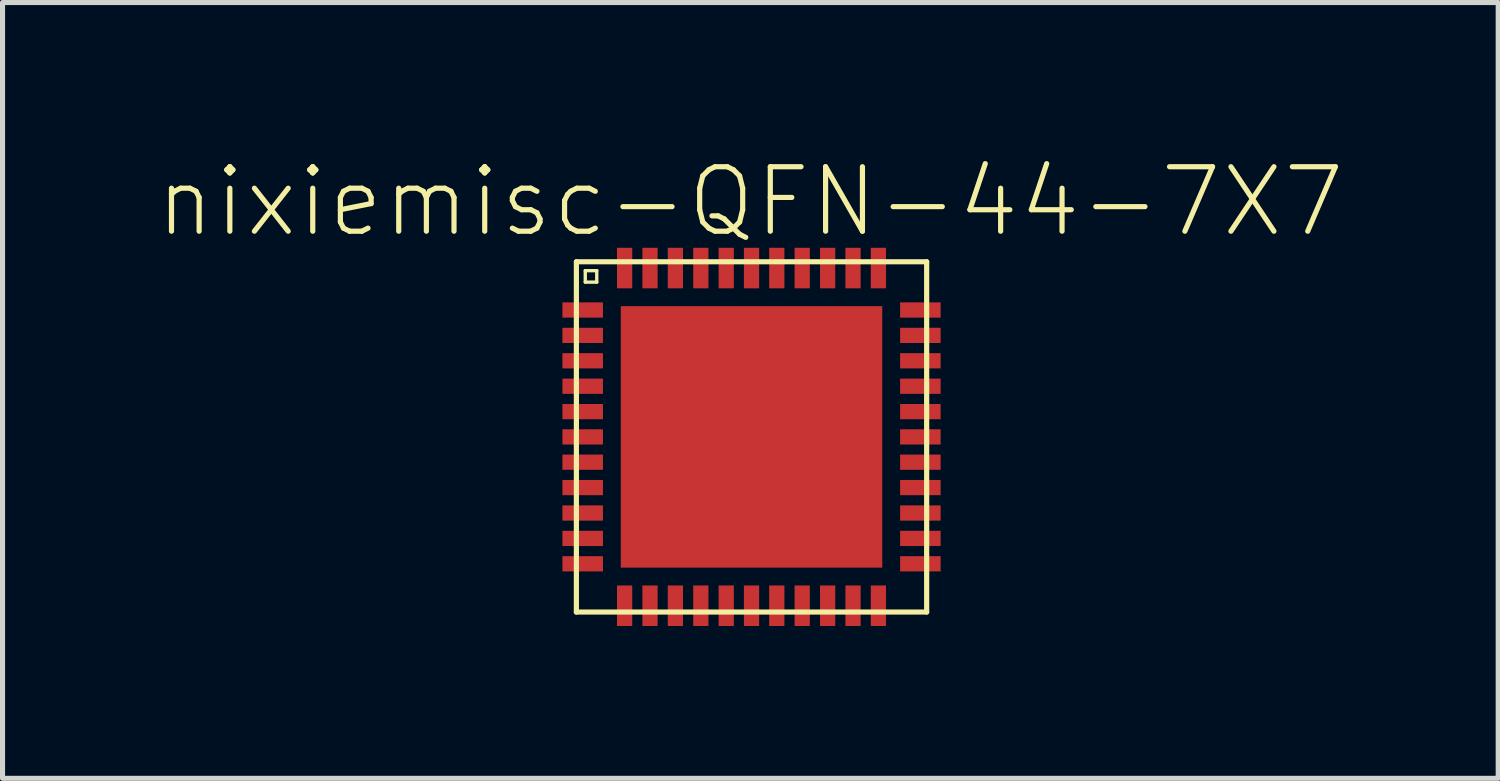
<source format=kicad_pcb>
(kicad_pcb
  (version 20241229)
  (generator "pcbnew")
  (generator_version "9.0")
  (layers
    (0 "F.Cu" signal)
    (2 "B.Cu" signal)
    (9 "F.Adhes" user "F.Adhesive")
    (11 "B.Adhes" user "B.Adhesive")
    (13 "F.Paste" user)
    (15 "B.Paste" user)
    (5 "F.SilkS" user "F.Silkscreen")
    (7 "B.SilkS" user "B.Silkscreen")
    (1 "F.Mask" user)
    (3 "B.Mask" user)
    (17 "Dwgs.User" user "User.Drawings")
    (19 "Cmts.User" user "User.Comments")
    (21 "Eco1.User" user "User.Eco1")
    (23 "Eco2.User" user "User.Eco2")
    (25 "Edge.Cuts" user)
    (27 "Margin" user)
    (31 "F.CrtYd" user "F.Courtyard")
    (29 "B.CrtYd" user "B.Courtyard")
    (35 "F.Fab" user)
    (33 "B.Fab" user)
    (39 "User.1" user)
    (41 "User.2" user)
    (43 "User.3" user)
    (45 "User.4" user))
  (footprint "nixiemisc-QFN-44-7X7"
    (layer "F.Cu")
    (at 11.75 5.554)
    (property "Reference" "nixiemisc-QFN-44-7X7" (at -0.023 -4.633 0) (layer "F.SilkS") (effects (font (size 1.27 1.27) (thickness 0.102))))
    (attr smd)
    (fp_line (start -3.449 -3.449) (end 3.449 -3.449) (stroke (width 0.102) (type solid)) (layer "F.SilkS"))
    (fp_line (start -3.449 3.449) (end -3.449 -3.449) (stroke (width 0.102) (type solid)) (layer "F.SilkS"))
    (fp_line (start -3.274 -3.274) (end -3.048 -3.274) (stroke (width 0.066) (type solid)) (layer "F.SilkS"))
    (fp_line (start -3.274 -3.048) (end -3.274 -3.274) (stroke (width 0.066) (type solid)) (layer "F.SilkS"))
    (fp_line (start -3.274 -3.048) (end -3.048 -3.048) (stroke (width 0.066) (type solid)) (layer "F.SilkS"))
    (fp_line (start -3.048 -3.048) (end -3.048 -3.274) (stroke (width 0.066) (type solid)) (layer "F.SilkS"))
    (fp_line (start 3.449 -3.449) (end 3.449 3.449) (stroke (width 0.102) (type solid)) (layer "F.SilkS"))
    (fp_line (start 3.449 3.449) (end -3.449 3.449) (stroke (width 0.102) (type solid)) (layer "F.SilkS"))
    (pad "1" smd rect (at -3.325 -2.499) (size 0.798 0.3) (layers "F.Cu" "F.Mask" "F.Paste"))
    (pad "2" smd rect (at -3.325 -1.999) (size 0.798 0.3) (layers "F.Cu" "F.Mask" "F.Paste"))
    (pad "3" smd rect (at -3.325 -1.499) (size 0.798 0.3) (layers "F.Cu" "F.Mask" "F.Paste"))
    (pad "4" smd rect (at -3.325 -0.998) (size 0.798 0.3) (layers "F.Cu" "F.Mask" "F.Paste"))
    (pad "5" smd rect (at -3.325 -0.498) (size 0.798 0.3) (layers "F.Cu" "F.Mask" "F.Paste"))
    (pad "6" smd rect (at -3.325 0) (size 0.798 0.3) (layers "F.Cu" "F.Mask" "F.Paste"))
    (pad "7" smd rect (at -3.325 0.498) (size 0.798 0.3) (layers "F.Cu" "F.Mask" "F.Paste"))
    (pad "8" smd rect (at -3.325 0.998) (size 0.798 0.3) (layers "F.Cu" "F.Mask" "F.Paste"))
    (pad "9" smd rect (at -3.325 1.499) (size 0.798 0.3) (layers "F.Cu" "F.Mask" "F.Paste"))
    (pad "10" smd rect (at -3.325 1.999) (size 0.798 0.3) (layers "F.Cu" "F.Mask" "F.Paste"))
    (pad "11" smd rect (at -3.325 2.499) (size 0.798 0.3) (layers "F.Cu" "F.Mask" "F.Paste"))
    (pad "12" smd rect (at -2.499 3.325 90) (size 0.798 0.3) (layers "F.Cu" "F.Mask" "F.Paste"))
    (pad "13" smd rect (at -1.999 3.325 90) (size 0.798 0.3) (layers "F.Cu" "F.Mask" "F.Paste"))
    (pad "14" smd rect (at -1.499 3.325 90) (size 0.798 0.3) (layers "F.Cu" "F.Mask" "F.Paste"))
    (pad "15" smd rect (at -0.998 3.325 90) (size 0.798 0.3) (layers "F.Cu" "F.Mask" "F.Paste"))
    (pad "16" smd rect (at -0.498 3.325 90) (size 0.798 0.3) (layers "F.Cu" "F.Mask" "F.Paste"))
    (pad "17" smd rect (at 0 3.325 90) (size 0.798 0.3) (layers "F.Cu" "F.Mask" "F.Paste"))
    (pad "18" smd rect (at 0.498 3.325 90) (size 0.798 0.3) (layers "F.Cu" "F.Mask" "F.Paste"))
    (pad "19" smd rect (at 0.998 3.325 90) (size 0.798 0.3) (layers "F.Cu" "F.Mask" "F.Paste"))
    (pad "20" smd rect (at 1.499 3.325 90) (size 0.798 0.3) (layers "F.Cu" "F.Mask" "F.Paste"))
    (pad "21" smd rect (at 1.999 3.325 90) (size 0.798 0.3) (layers "F.Cu" "F.Mask" "F.Paste"))
    (pad "22" smd rect (at 2.499 3.325 90) (size 0.798 0.3) (layers "F.Cu" "F.Mask" "F.Paste"))
    (pad "23" smd rect (at 3.325 2.499 180) (size 0.798 0.3) (layers "F.Cu" "F.Mask" "F.Paste"))
    (pad "24" smd rect (at 3.325 1.999 180) (size 0.798 0.3) (layers "F.Cu" "F.Mask" "F.Paste"))
    (pad "25" smd rect (at 3.325 1.499 180) (size 0.798 0.3) (layers "F.Cu" "F.Mask" "F.Paste"))
    (pad "26" smd rect (at 3.325 0.998 180) (size 0.798 0.3) (layers "F.Cu" "F.Mask" "F.Paste"))
    (pad "27" smd rect (at 3.325 0.498 180) (size 0.798 0.3) (layers "F.Cu" "F.Mask" "F.Paste"))
    (pad "28" smd rect (at 3.325 0 180) (size 0.798 0.3) (layers "F.Cu" "F.Mask" "F.Paste"))
    (pad "29" smd rect (at 3.325 -0.498 180) (size 0.798 0.3) (layers "F.Cu" "F.Mask" "F.Paste"))
    (pad "30" smd rect (at 3.325 -0.998 180) (size 0.798 0.3) (layers "F.Cu" "F.Mask" "F.Paste"))
    (pad "31" smd rect (at 3.325 -1.499 180) (size 0.798 0.3) (layers "F.Cu" "F.Mask" "F.Paste"))
    (pad "32" smd rect (at 3.325 -1.999 180) (size 0.798 0.3) (layers "F.Cu" "F.Mask" "F.Paste"))
    (pad "33" smd rect (at 3.325 -2.499 180) (size 0.798 0.3) (layers "F.Cu" "F.Mask" "F.Paste"))
    (pad "34" smd rect (at 2.499 -3.325 270) (size 0.798 0.3) (layers "F.Cu" "F.Mask" "F.Paste"))
    (pad "35" smd rect (at 1.999 -3.325 270) (size 0.798 0.3) (layers "F.Cu" "F.Mask" "F.Paste"))
    (pad "36" smd rect (at 1.499 -3.325 270) (size 0.798 0.3) (layers "F.Cu" "F.Mask" "F.Paste"))
    (pad "37" smd rect (at 0.998 -3.325 270) (size 0.798 0.3) (layers "F.Cu" "F.Mask" "F.Paste"))
    (pad "38" smd rect (at 0.498 -3.325 270) (size 0.798 0.3) (layers "F.Cu" "F.Mask" "F.Paste"))
    (pad "39" smd rect (at 0 -3.325 270) (size 0.798 0.3) (layers "F.Cu" "F.Mask" "F.Paste"))
    (pad "40" smd rect (at -0.498 -3.325 270) (size 0.798 0.3) (layers "F.Cu" "F.Mask" "F.Paste"))
    (pad "41" smd rect (at -0.998 -3.325 270) (size 0.798 0.3) (layers "F.Cu" "F.Mask" "F.Paste"))
    (pad "42" smd rect (at -1.499 -3.325 270) (size 0.798 0.3) (layers "F.Cu" "F.Mask" "F.Paste"))
    (pad "43" smd rect (at -1.999 -3.325 270) (size 0.798 0.3) (layers "F.Cu" "F.Mask" "F.Paste"))
    (pad "44" smd rect (at -2.499 -3.325 270) (size 0.798 0.3) (layers "F.Cu" "F.Mask" "F.Paste"))
    (pad "EXP" smd rect (at 0 0) (size 5.149 5.149) (layers "F.Cu" "F.Mask" "F.Paste")))
  (gr_rect
    (start -3 -3)
    (end 26.455 12.278)
    (stroke (width 0.1) (type default))
    (fill no)
    (layer "Edge.Cuts")))
</source>
